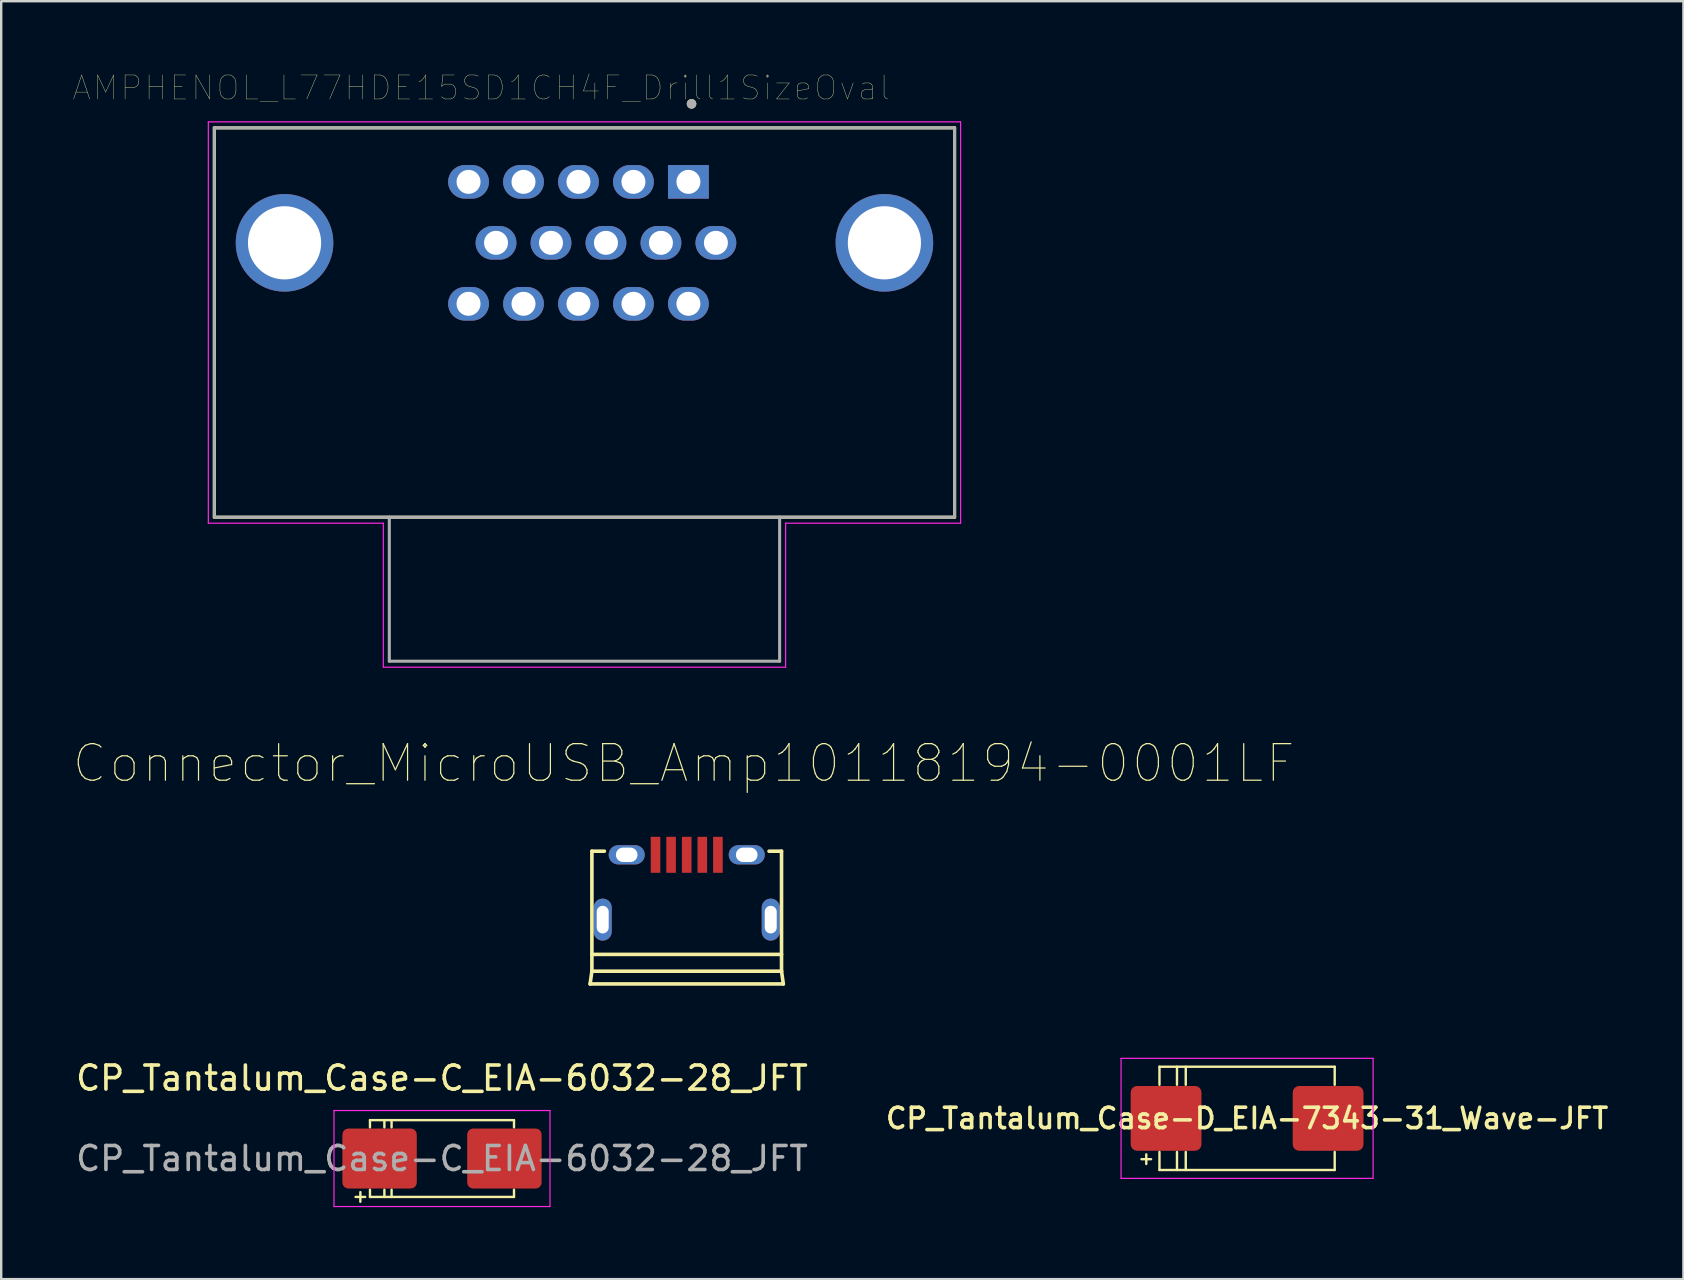
<source format=kicad_pcb>
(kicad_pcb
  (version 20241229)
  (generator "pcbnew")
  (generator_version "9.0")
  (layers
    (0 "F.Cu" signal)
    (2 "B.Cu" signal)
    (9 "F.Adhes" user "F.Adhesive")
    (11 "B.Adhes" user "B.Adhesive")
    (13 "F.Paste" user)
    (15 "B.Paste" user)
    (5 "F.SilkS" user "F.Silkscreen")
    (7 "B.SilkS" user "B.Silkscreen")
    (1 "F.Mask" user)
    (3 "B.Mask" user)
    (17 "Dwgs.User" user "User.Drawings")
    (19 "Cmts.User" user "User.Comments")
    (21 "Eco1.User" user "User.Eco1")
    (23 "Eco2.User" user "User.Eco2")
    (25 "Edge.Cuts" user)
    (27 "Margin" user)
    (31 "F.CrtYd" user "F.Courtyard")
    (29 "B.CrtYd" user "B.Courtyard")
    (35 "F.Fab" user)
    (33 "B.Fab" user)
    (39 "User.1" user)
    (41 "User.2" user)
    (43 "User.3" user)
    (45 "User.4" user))
  (footprint "AMPHENOL_L77HDE15SD1CH4F_Drill1SizeOval"
    (layer "F.Cu")
    (at 21.049 7.066)
    (property "Reference" "AMPHENOL_L77HDE15SD1CH4F_Drill1SizeOval" (at -4.055 -6.455 0) (layer "F.SilkS") (effects (font (size 1 1) (thickness 0.015))))
    (attr through_hole)
    (fp_line (start -15.17 -4.79) (end -15.17 11.43) (stroke (width 0.127) (type solid)) (layer "F.SilkS"))
    (fp_line (start -15.17 11.43) (end 15.67 11.43) (stroke (width 0.127) (type solid)) (layer "F.SilkS"))
    (fp_line (start 15.67 -4.79) (end -15.17 -4.79) (stroke (width 0.127) (type solid)) (layer "F.SilkS"))
    (fp_line (start 15.67 11.43) (end 15.67 -4.79) (stroke (width 0.127) (type solid)) (layer "F.SilkS"))
    (fp_circle (center 4.71 -5.79) (end 4.81 -5.79) (stroke (width 0.2) (type solid)) (fill no) (layer "F.SilkS"))
    (fp_line (start -15.42 -5.04) (end -15.42 11.68) (stroke (width 0.05) (type solid)) (layer "F.CrtYd"))
    (fp_line (start -15.42 11.68) (end -8.13 11.68) (stroke (width 0.05) (type solid)) (layer "F.CrtYd"))
    (fp_line (start -8.13 11.68) (end -8.13 17.68) (stroke (width 0.05) (type solid)) (layer "F.CrtYd"))
    (fp_line (start -8.13 17.68) (end 8.63 17.68) (stroke (width 0.05) (type solid)) (layer "F.CrtYd"))
    (fp_line (start 8.63 11.68) (end 15.92 11.68) (stroke (width 0.05) (type solid)) (layer "F.CrtYd"))
    (fp_line (start 8.63 17.68) (end 8.63 11.68) (stroke (width 0.05) (type solid)) (layer "F.CrtYd"))
    (fp_line (start 15.92 -5.04) (end -15.42 -5.04) (stroke (width 0.05) (type solid)) (layer "F.CrtYd"))
    (fp_line (start 15.92 11.68) (end 15.92 -5.04) (stroke (width 0.05) (type solid)) (layer "F.CrtYd"))
    (fp_line (start -15.17 -4.79) (end -15.17 11.43) (stroke (width 0.127) (type solid)) (layer "F.Fab"))
    (fp_line (start -15.17 11.43) (end -7.88 11.43) (stroke (width 0.127) (type solid)) (layer "F.Fab"))
    (fp_line (start -7.88 11.43) (end -7.88 17.43) (stroke (width 0.127) (type solid)) (layer "F.Fab"))
    (fp_line (start -7.88 17.43) (end 8.38 17.43) (stroke (width 0.127) (type solid)) (layer "F.Fab"))
    (fp_line (start 8.38 11.43) (end -7.88 11.43) (stroke (width 0.127) (type solid)) (layer "F.Fab"))
    (fp_line (start 8.38 11.43) (end 15.67 11.43) (stroke (width 0.127) (type solid)) (layer "F.Fab"))
    (fp_line (start 8.38 17.43) (end 8.38 11.43) (stroke (width 0.127) (type solid)) (layer "F.Fab"))
    (fp_line (start 15.67 -4.79) (end -15.17 -4.79) (stroke (width 0.127) (type solid)) (layer "F.Fab"))
    (fp_line (start 15.67 11.43) (end 15.67 -4.79) (stroke (width 0.127) (type solid)) (layer "F.Fab"))
    (fp_circle (center 4.71 -5.79) (end 4.81 -5.79) (stroke (width 0.2) (type solid)) (fill no) (layer "F.Fab"))
    (pad "1" thru_hole rect (at 4.58 -2.54) (size 1.7 1.4) (drill 1) (layers "*.Cu" "*.Mask"))
    (pad "2" thru_hole oval (at 2.29 -2.54) (size 1.7 1.4) (drill 1) (layers "*.Cu" "*.Mask"))
    (pad "3" thru_hole oval (at 0 -2.54) (size 1.7 1.4) (drill 1) (layers "*.Cu" "*.Mask"))
    (pad "4" thru_hole oval (at -2.29 -2.54) (size 1.7 1.4) (drill 1) (layers "*.Cu" "*.Mask"))
    (pad "5" thru_hole oval (at -4.58 -2.54) (size 1.7 1.4) (drill 1) (layers "*.Cu" "*.Mask"))
    (pad "6" thru_hole oval (at 5.725 0) (size 1.7 1.4) (drill 1) (layers "*.Cu" "*.Mask"))
    (pad "7" thru_hole oval (at 3.435 0) (size 1.7 1.4) (drill 1) (layers "*.Cu" "*.Mask"))
    (pad "8" thru_hole oval (at 1.145 0) (size 1.7 1.4) (drill 1) (layers "*.Cu" "*.Mask"))
    (pad "9" thru_hole oval (at -1.145 0) (size 1.7 1.4) (drill 1) (layers "*.Cu" "*.Mask"))
    (pad "10" thru_hole oval (at -3.435 0) (size 1.7 1.4) (drill 1) (layers "*.Cu" "*.Mask"))
    (pad "11" thru_hole oval (at 4.58 2.54) (size 1.7 1.4) (drill 1) (layers "*.Cu" "*.Mask"))
    (pad "12" thru_hole oval (at 2.29 2.54) (size 1.7 1.4) (drill 1) (layers "*.Cu" "*.Mask"))
    (pad "13" thru_hole oval (at 0 2.54) (size 1.7 1.4) (drill 1) (layers "*.Cu" "*.Mask"))
    (pad "14" thru_hole oval (at -2.29 2.54) (size 1.7 1.4) (drill 1) (layers "*.Cu" "*.Mask"))
    (pad "15" thru_hole oval (at -4.58 2.54) (size 1.7 1.4) (drill 1) (layers "*.Cu" "*.Mask"))
    (pad "S1" thru_hole oval (at -12.245 0) (size 4.066 4.066) (drill 3.05) (layers "*.Cu" "*.Mask"))
    (pad "S2" thru_hole oval (at 12.745 0) (size 4.066 4.066) (drill 3.05) (layers "*.Cu" "*.Mask")))
  (footprint "Connector_MicroUSB_Amp10118194-0001LF"
    (layer "F.Cu")
    (at 25.558 32.561)
    (property "Reference" "Connector_MicroUSB_Amp10118194-0001LF" (at -0.127 -3.81 0) (layer "F.SilkS") (effects (font (size 1.524 1.524) (thickness 0.05))))
    (attr smd)
    (fp_line (start -4.025 5.38) (end 4.025 5.38) (stroke (width 0.15) (type solid)) (layer "F.SilkS"))
    (fp_line (start -3.95 -0.15) (end -3.95 4.85) (stroke (width 0.15) (type solid)) (layer "F.SilkS"))
    (fp_line (start -3.95 -0.15) (end -3.429 -0.15) (stroke (width 0.15) (type solid)) (layer "F.SilkS"))
    (fp_line (start -3.95 4.15) (end 3.95 4.15) (stroke (width 0.15) (type solid)) (layer "F.SilkS"))
    (fp_line (start -3.95 4.85) (end -4.025 5.38) (stroke (width 0.15) (type solid)) (layer "F.SilkS"))
    (fp_line (start -3.95 4.85) (end 3.95 4.85) (stroke (width 0.15) (type solid)) (layer "F.SilkS"))
    (fp_line (start 3.429 -0.15) (end 3.95 -0.15) (stroke (width 0.15) (type solid)) (layer "F.SilkS"))
    (fp_line (start 3.95 -0.15) (end 3.95 4.85) (stroke (width 0.15) (type solid)) (layer "F.SilkS"))
    (fp_line (start 3.95 4.85) (end 4.025 5.38) (stroke (width 0.15) (type solid)) (layer "F.SilkS"))
    (pad "1" smd rect (at -1.3 0 90) (size 1.5 0.4) (layers "F.Cu" "F.Mask" "F.Paste"))
    (pad "2" smd rect (at -0.65 0 90) (size 1.5 0.4) (layers "F.Cu" "F.Mask" "F.Paste"))
    (pad "3" smd rect (at 0 0 90) (size 1.5 0.4) (layers "F.Cu" "F.Mask" "F.Paste"))
    (pad "4" smd rect (at 0.65 0 90) (size 1.5 0.4) (layers "F.Cu" "F.Mask" "F.Paste"))
    (pad "5" smd rect (at 1.3 0 90) (size 1.5 0.4) (layers "F.Cu" "F.Mask" "F.Paste"))
    (pad "6" thru_hole oval (at -3.5 2.7 180) (size 0.75 1.75) (drill oval 0.5 1.15) (layers "*.Cu" "*.Mask"))
    (pad "6" thru_hole oval (at -2.5 0 90) (size 0.8 1.5) (drill oval 0.6 0.9) (layers "*.Cu" "*.Mask"))
    (pad "6" thru_hole oval (at 2.5 0 90) (size 0.8 1.5) (drill oval 0.6 0.9) (layers "*.Cu" "*.Mask"))
    (pad "6" thru_hole oval (at 3.5 2.7 180) (size 0.75 1.75) (drill oval 0.5 1.15) (layers "*.Cu" "*.Mask")))
  (footprint "CP_Tantalum_Case-D_EIA-7343-31_Wave-JFT"
    (layer "F.Cu")
    (at 48.903 43.541)
    (property "Reference" "CP_Tantalum_Case-D_EIA-7343-31_Wave-JFT" (at 0 0 180) (layer "F.SilkS") (effects (font (size 0.85 0.85) (thickness 0.15))))
    (attr smd)
    (fp_line (start -4.4 1.7) (end -4 1.7) (stroke (width 0.1) (type solid)) (layer "F.SilkS"))
    (fp_line (start -4.2 1.5) (end -4.2 1.9) (stroke (width 0.1) (type solid)) (layer "F.SilkS"))
    (fp_line (start -3.65 -2.15) (end -3.65 -1.4) (stroke (width 0.1) (type solid)) (layer "F.SilkS"))
    (fp_line (start -3.65 1.4) (end -3.65 2.15) (stroke (width 0.1) (type solid)) (layer "F.SilkS"))
    (fp_line (start -3.65 2.15) (end 3.65 2.15) (stroke (width 0.1) (type solid)) (layer "F.SilkS"))
    (fp_line (start -2.92 -2.15) (end -2.92 -1.4) (stroke (width 0.1) (type solid)) (layer "F.SilkS"))
    (fp_line (start -2.92 1.4) (end -2.92 2.15) (stroke (width 0.1) (type solid)) (layer "F.SilkS"))
    (fp_line (start -2.555 -2.15) (end -2.555 -1.4) (stroke (width 0.1) (type solid)) (layer "F.SilkS"))
    (fp_line (start -2.555 1.4) (end -2.555 2.15) (stroke (width 0.1) (type solid)) (layer "F.SilkS"))
    (fp_line (start 3.65 -2.15) (end -3.65 -2.15) (stroke (width 0.1) (type solid)) (layer "F.SilkS"))
    (fp_line (start 3.65 -1.4) (end 3.65 -2.15) (stroke (width 0.1) (type solid)) (layer "F.SilkS"))
    (fp_line (start 3.65 2.15) (end 3.65 1.4) (stroke (width 0.1) (type solid)) (layer "F.SilkS"))
    (fp_line (start -5.25 -2.5) (end -5.25 2.5) (stroke (width 0.05) (type solid)) (layer "F.CrtYd"))
    (fp_line (start -5.25 2.5) (end 5.25 2.5) (stroke (width 0.05) (type solid)) (layer "F.CrtYd"))
    (fp_line (start 5.25 -2.5) (end -5.25 -2.5) (stroke (width 0.05) (type solid)) (layer "F.CrtYd"))
    (fp_line (start 5.25 2.5) (end 5.25 -2.5) (stroke (width 0.05) (type solid)) (layer "F.CrtYd"))
    (pad "1" smd roundrect (at -3.375 0) (size 2.95 2.7) (layers "F.Cu" "F.Mask" "F.Paste") (roundrect_rratio 0.1))
    (pad "2" smd roundrect (at 3.375 0) (size 2.95 2.7) (layers "F.Cu" "F.Mask" "F.Paste") (roundrect_rratio 0.1)))
  (footprint "CP_Tantalum_Case-C_EIA-6032-28_JFT"
    (layer "F.Cu")
    (at 15.363 45.214)
    (property "Reference" "CP_Tantalum_Case-C_EIA-6032-28_JFT" (at 0 -3.35 0) (layer "F.SilkS") (effects (font (size 1 1) (thickness 0.15))))
    (attr smd)
    (fp_line (start -3.6 1.6) (end -3.2 1.6) (stroke (width 0.1) (type solid)) (layer "F.SilkS"))
    (fp_line (start -3.4 1.4) (end -3.4 1.8) (stroke (width 0.1) (type solid)) (layer "F.SilkS"))
    (fp_line (start -3 -1.6) (end -3 -1.3) (stroke (width 0.1) (type solid)) (layer "F.SilkS"))
    (fp_line (start -3 1.3) (end -3 1.6) (stroke (width 0.1) (type solid)) (layer "F.SilkS"))
    (fp_line (start -3 1.6) (end 3 1.6) (stroke (width 0.1) (type solid)) (layer "F.SilkS"))
    (fp_line (start -2.4 -1.6) (end -2.4 -1.3) (stroke (width 0.1) (type solid)) (layer "F.SilkS"))
    (fp_line (start -2.4 1.3) (end -2.4 1.6) (stroke (width 0.1) (type solid)) (layer "F.SilkS"))
    (fp_line (start -2.1 -1.6) (end -2.1 -1.3) (stroke (width 0.1) (type solid)) (layer "F.SilkS"))
    (fp_line (start -2.1 1.3) (end -2.1 1.6) (stroke (width 0.1) (type solid)) (layer "F.SilkS"))
    (fp_line (start 3 -1.6) (end -3 -1.6) (stroke (width 0.1) (type solid)) (layer "F.SilkS"))
    (fp_line (start 3 -1.3) (end 3 -1.6) (stroke (width 0.1) (type solid)) (layer "F.SilkS"))
    (fp_line (start 3 1.6) (end 3 1.3) (stroke (width 0.1) (type solid)) (layer "F.SilkS"))
    (fp_line (start -4.5 -2) (end -4.5 2) (stroke (width 0.05) (type solid)) (layer "F.CrtYd"))
    (fp_line (start -4.5 2) (end 4.5 2) (stroke (width 0.05) (type solid)) (layer "F.CrtYd"))
    (fp_line (start 4.5 -2) (end -4.5 -2) (stroke (width 0.05) (type solid)) (layer "F.CrtYd"))
    (fp_line (start 4.5 2) (end 4.5 -2) (stroke (width 0.05) (type solid)) (layer "F.CrtYd"))
    (fp_text user "${REFERENCE}" (at 0 0 0) (layer "F.Fab") (effects (font (size 1 1) (thickness 0.15))))
    (pad "1" smd roundrect (at -2.6 0) (size 3.1 2.5) (layers "F.Cu" "F.Mask" "F.Paste") (roundrect_rratio 0.1))
    (pad "2" smd roundrect (at 2.6 0) (size 3.1 2.5) (layers "F.Cu" "F.Mask" "F.Paste") (roundrect_rratio 0.1)))
  (gr_rect
    (start -3 -3)
    (end 67.08 50.239)
    (stroke (width 0.1) (type default))
    (fill no)
    (layer "Edge.Cuts")))
</source>
